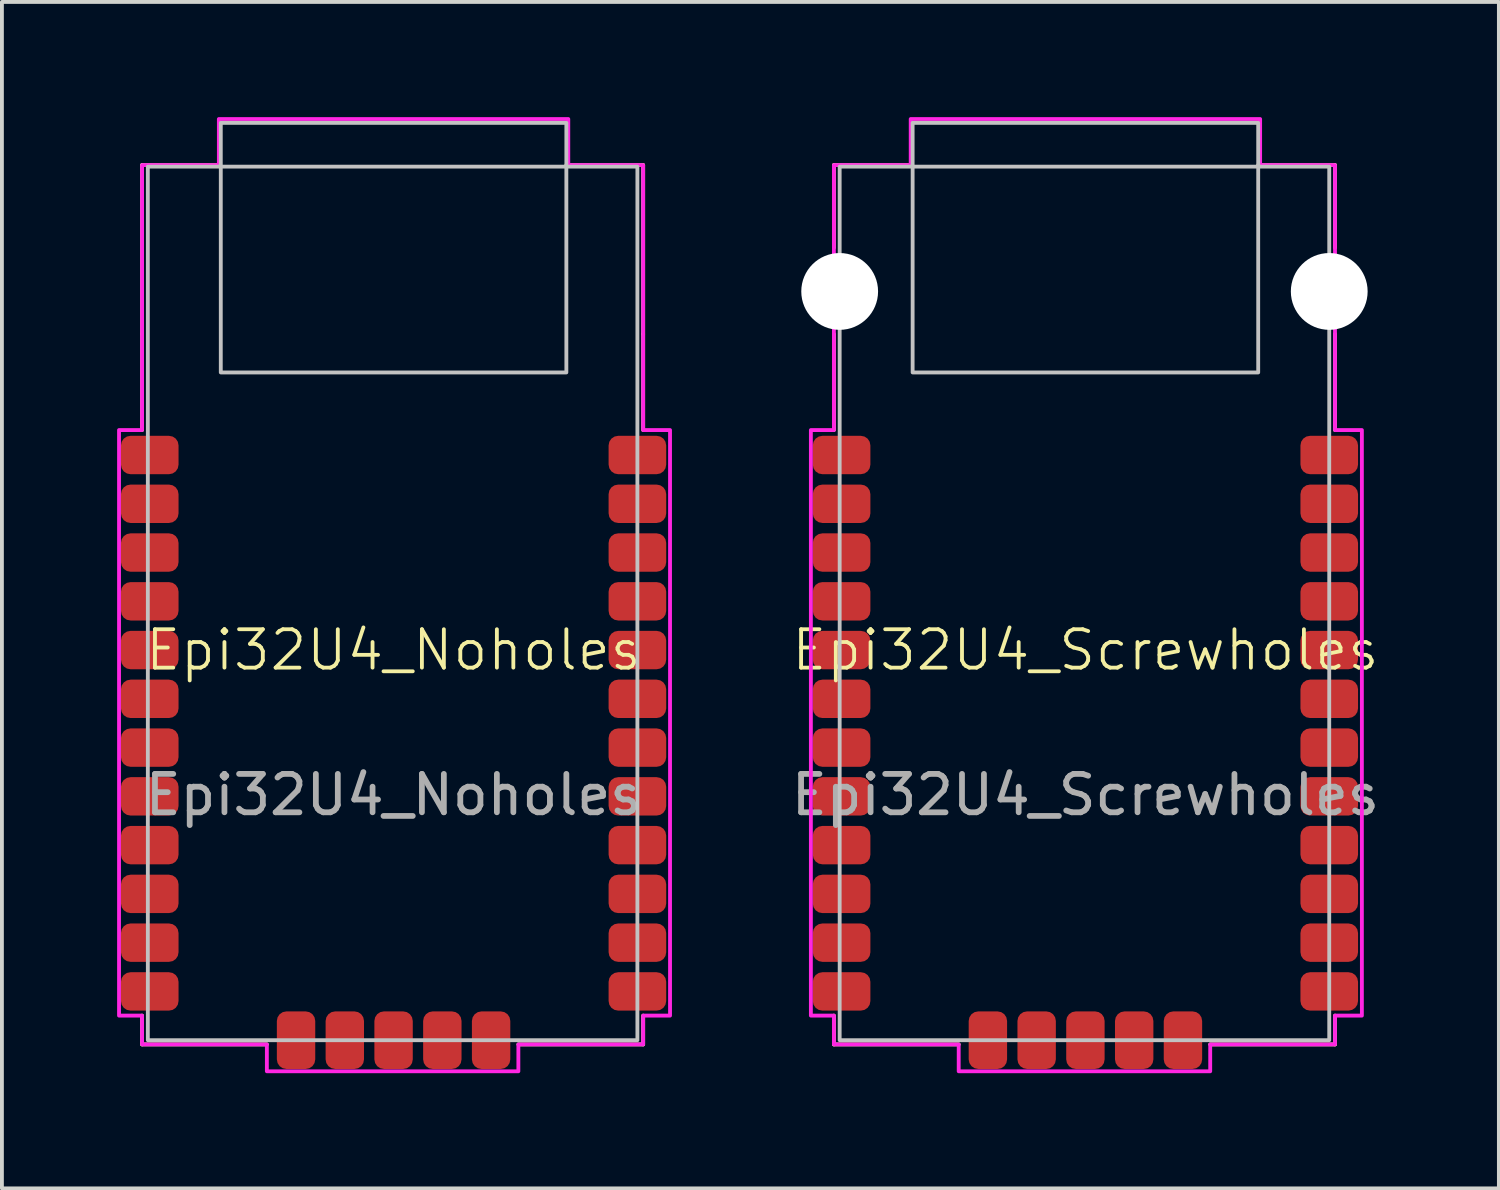
<source format=kicad_pcb>
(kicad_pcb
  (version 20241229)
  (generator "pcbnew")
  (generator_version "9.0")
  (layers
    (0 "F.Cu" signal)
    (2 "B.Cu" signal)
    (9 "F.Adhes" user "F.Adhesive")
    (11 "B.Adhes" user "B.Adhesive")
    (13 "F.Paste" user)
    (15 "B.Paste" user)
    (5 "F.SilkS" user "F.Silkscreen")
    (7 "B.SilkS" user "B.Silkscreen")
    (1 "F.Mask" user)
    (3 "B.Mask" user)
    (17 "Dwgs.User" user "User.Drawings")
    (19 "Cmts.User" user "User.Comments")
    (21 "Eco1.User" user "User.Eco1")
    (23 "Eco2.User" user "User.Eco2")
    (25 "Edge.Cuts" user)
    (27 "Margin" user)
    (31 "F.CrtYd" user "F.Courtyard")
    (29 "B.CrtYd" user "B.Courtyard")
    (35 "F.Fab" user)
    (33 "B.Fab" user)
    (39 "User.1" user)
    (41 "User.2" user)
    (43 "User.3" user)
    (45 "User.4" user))
  (footprint "Epi32U4_Screwholes"
    (layer "F.Cu")
    (at 25.218 13.88)
    (property "Reference" "Epi32U4_Screwholes" (at 0 0 0) (unlocked yes) (layer "F.SilkS") (effects (font (size 1 1) (thickness 0.1))))
    (attr smd)
    (fp_line (start -6.55 -12.63) (end -6.55 -10.48) (stroke (width 0.1) (type default)) (layer "F.SilkS"))
    (fp_line (start -6.55 -12.63) (end -4.55 -12.63) (stroke (width 0.1) (type default)) (layer "F.SilkS"))
    (fp_line (start -6.55 -8.23) (end -6.55 -5.73) (stroke (width 0.1) (type default)) (layer "F.SilkS"))
    (fp_line (start -6.55 9.52) (end -6.55 10.27) (stroke (width 0.1) (type default)) (layer "F.SilkS"))
    (fp_line (start -6.55 10.27) (end -3.3 10.27) (stroke (width 0.1) (type default)) (layer "F.SilkS"))
    (fp_line (start 4.5 -12.63) (end 6.5 -12.63) (stroke (width 0.1) (type default)) (layer "F.SilkS"))
    (fp_line (start 6.5 -12.63) (end 6.5 -10.48) (stroke (width 0.1) (type default)) (layer "F.SilkS"))
    (fp_line (start 6.5 -8.23) (end 6.5 -5.73) (stroke (width 0.1) (type default)) (layer "F.SilkS"))
    (fp_line (start 6.5 9.52) (end 6.5 10.27) (stroke (width 0.1) (type default)) (layer "F.SilkS"))
    (fp_line (start 6.5 10.27) (end 3.25 10.27) (stroke (width 0.1) (type default)) (layer "F.SilkS"))
    (fp_rect (start -6.4 -12.59) (end 6.35 10.16) (stroke (width 0.1) (type default)) (fill no) (layer "Dwgs.User"))
    (fp_rect (start -4.5 -13.73) (end 4.5 -7.23) (stroke (width 0.1) (type default)) (fill no) (layer "Dwgs.User"))
    (fp_poly (pts (xy -6.55 10.27) (xy -3.3 10.27) (xy -3.3 10.97) (xy 3.25 10.97) (xy 3.25 10.27) (xy 6.5 10.27) (xy 6.5 9.52) (xy 7.2 9.52) (xy 7.2 -5.73) (xy 6.5 -5.73) (xy 6.5 -12.63) (xy 4.55 -12.63) (xy 4.55 -13.83) (xy -4.55 -13.83) (xy -4.55 -12.63) (xy -6.55 -12.63) (xy -6.55 -5.73) (xy -7.15 -5.73) (xy -7.15 9.52) (xy -6.55 9.52)) (stroke (width 0.1) (type solid)) (fill no) (layer "F.CrtYd"))
    (fp_text user "${REFERENCE}" (at 0 3.77 0) (unlocked yes) (layer "F.Fab") (effects (font (size 1 1) (thickness 0.15))))
    (pad "" np_thru_hole circle (at -6.4 -9.34 180) (size 2 2) (drill 2) (layers "*.Cu" "*.Mask"))
    (pad "" np_thru_hole circle (at 6.35 -9.34 180) (size 2 2) (drill 2) (layers "*.Cu" "*.Mask"))
    (pad "1" smd roundrect (at -6.35 -5.08 180) (size 1.5 1) (layers "F.Cu" "F.Mask" "F.Paste") (roundrect_rratio 0.25))
    (pad "2" smd roundrect (at -6.35 -3.81 180) (size 1.5 1) (layers "F.Cu" "F.Mask" "F.Paste") (roundrect_rratio 0.25))
    (pad "3" smd roundrect (at -6.35 -2.54 180) (size 1.5 1) (layers "F.Cu" "F.Mask" "F.Paste") (roundrect_rratio 0.25))
    (pad "4" smd roundrect (at -6.35 -1.27 180) (size 1.5 1) (layers "F.Cu" "F.Mask" "F.Paste") (roundrect_rratio 0.25))
    (pad "5" smd roundrect (at -6.35 0 180) (size 1.5 1) (layers "F.Cu" "F.Mask" "F.Paste") (roundrect_rratio 0.25))
    (pad "6" smd roundrect (at -6.35 1.27 180) (size 1.5 1) (layers "F.Cu" "F.Mask" "F.Paste") (roundrect_rratio 0.25))
    (pad "7" smd roundrect (at -6.35 2.54 180) (size 1.5 1) (layers "F.Cu" "F.Mask" "F.Paste") (roundrect_rratio 0.25))
    (pad "8" smd roundrect (at -6.35 3.81 180) (size 1.5 1) (layers "F.Cu" "F.Mask" "F.Paste") (roundrect_rratio 0.25))
    (pad "9" smd roundrect (at -6.35 5.08 180) (size 1.5 1) (layers "F.Cu" "F.Mask" "F.Paste") (roundrect_rratio 0.25))
    (pad "10" smd roundrect (at -6.35 6.35 180) (size 1.5 1) (layers "F.Cu" "F.Mask" "F.Paste") (roundrect_rratio 0.25))
    (pad "11" smd roundrect (at -6.35 7.62 180) (size 1.5 1) (layers "F.Cu" "F.Mask" "F.Paste") (roundrect_rratio 0.25))
    (pad "12" smd roundrect (at -6.35 8.89 180) (size 1.5 1) (layers "F.Cu" "F.Mask" "F.Paste") (roundrect_rratio 0.25))
    (pad "13" smd roundrect (at -2.54 10.16 270) (size 1.5 1) (layers "F.Cu" "F.Mask" "F.Paste") (roundrect_rratio 0.25))
    (pad "14" smd roundrect (at -1.27 10.16 270) (size 1.5 1) (layers "F.Cu" "F.Mask" "F.Paste") (roundrect_rratio 0.25))
    (pad "15" smd roundrect (at 0 10.16 270) (size 1.5 1) (layers "F.Cu" "F.Mask" "F.Paste") (roundrect_rratio 0.25))
    (pad "16" smd roundrect (at 1.27 10.16 270) (size 1.5 1) (layers "F.Cu" "F.Mask" "F.Paste") (roundrect_rratio 0.25))
    (pad "17" smd roundrect (at 2.54 10.16 270) (size 1.5 1) (layers "F.Cu" "F.Mask" "F.Paste") (roundrect_rratio 0.25))
    (pad "18" smd roundrect (at 6.35 8.89 180) (size 1.5 1) (layers "F.Cu" "F.Mask" "F.Paste") (roundrect_rratio 0.25))
    (pad "19" smd roundrect (at 6.35 7.62 180) (size 1.5 1) (layers "F.Cu" "F.Mask" "F.Paste") (roundrect_rratio 0.25))
    (pad "20" smd roundrect (at 6.35 6.35 180) (size 1.5 1) (layers "F.Cu" "F.Mask" "F.Paste") (roundrect_rratio 0.25))
    (pad "21" smd roundrect (at 6.35 5.08 180) (size 1.5 1) (layers "F.Cu" "F.Mask" "F.Paste") (roundrect_rratio 0.25))
    (pad "22" smd roundrect (at 6.35 3.81 180) (size 1.5 1) (layers "F.Cu" "F.Mask" "F.Paste") (roundrect_rratio 0.25))
    (pad "23" smd roundrect (at 6.35 2.54 180) (size 1.5 1) (layers "F.Cu" "F.Mask" "F.Paste") (roundrect_rratio 0.25))
    (pad "24" smd roundrect (at 6.35 1.27 180) (size 1.5 1) (layers "F.Cu" "F.Mask" "F.Paste") (roundrect_rratio 0.25))
    (pad "25" smd roundrect (at 6.35 0 180) (size 1.5 1) (layers "F.Cu" "F.Mask" "F.Paste") (roundrect_rratio 0.25))
    (pad "26" smd roundrect (at 6.35 -1.27 180) (size 1.5 1) (layers "F.Cu" "F.Mask" "F.Paste") (roundrect_rratio 0.25))
    (pad "27" smd roundrect (at 6.35 -2.54 180) (size 1.5 1) (layers "F.Cu" "F.Mask" "F.Paste") (roundrect_rratio 0.25))
    (pad "28" smd roundrect (at 6.35 -3.81 180) (size 1.5 1) (layers "F.Cu" "F.Mask" "F.Paste") (roundrect_rratio 0.25))
    (pad "29" smd roundrect (at 6.35 -5.08 180) (size 1.5 1) (layers "F.Cu" "F.Mask" "F.Paste") (roundrect_rratio 0.25)))
  (footprint "Epi32U4_Noholes"
    (layer "F.Cu")
    (at 7.2 13.88)
    (property "Reference" "Epi32U4_Noholes" (at 0 0 0) (unlocked yes) (layer "F.SilkS") (effects (font (size 1 1) (thickness 0.1))))
    (attr smd)
    (fp_line (start -6.55 -12.63) (end -6.55 -8.23) (stroke (width 0.1) (type default)) (layer "F.SilkS"))
    (fp_line (start -6.55 -12.63) (end -4.55 -12.63) (stroke (width 0.1) (type default)) (layer "F.SilkS"))
    (fp_line (start -6.55 -8.23) (end -6.55 -5.73) (stroke (width 0.1) (type default)) (layer "F.SilkS"))
    (fp_line (start -6.55 9.52) (end -6.55 10.27) (stroke (width 0.1) (type default)) (layer "F.SilkS"))
    (fp_line (start -6.55 10.27) (end -3.3 10.27) (stroke (width 0.1) (type default)) (layer "F.SilkS"))
    (fp_line (start 4.5 -12.63) (end 6.5 -12.63) (stroke (width 0.1) (type default)) (layer "F.SilkS"))
    (fp_line (start 6.5 -12.63) (end 6.5 -8.23) (stroke (width 0.1) (type default)) (layer "F.SilkS"))
    (fp_line (start 6.5 -8.23) (end 6.5 -5.73) (stroke (width 0.1) (type default)) (layer "F.SilkS"))
    (fp_line (start 6.5 9.52) (end 6.5 10.27) (stroke (width 0.1) (type default)) (layer "F.SilkS"))
    (fp_line (start 6.5 10.27) (end 3.25 10.27) (stroke (width 0.1) (type default)) (layer "F.SilkS"))
    (fp_rect (start -6.4 -12.59) (end 6.35 10.16) (stroke (width 0.1) (type default)) (fill no) (layer "Dwgs.User"))
    (fp_rect (start -4.5 -13.73) (end 4.5 -7.23) (stroke (width 0.1) (type default)) (fill no) (layer "Dwgs.User"))
    (fp_poly (pts (xy -6.55 10.27) (xy -3.3 10.27) (xy -3.3 10.97) (xy 3.25 10.97) (xy 3.25 10.27) (xy 6.5 10.27) (xy 6.5 9.52) (xy 7.2 9.52) (xy 7.2 -5.73) (xy 6.5 -5.73) (xy 6.5 -12.63) (xy 4.55 -12.63) (xy 4.55 -13.83) (xy -4.55 -13.83) (xy -4.55 -12.63) (xy -6.55 -12.63) (xy -6.55 -5.73) (xy -7.15 -5.73) (xy -7.15 9.52) (xy -6.55 9.52)) (stroke (width 0.1) (type solid)) (fill no) (layer "F.CrtYd"))
    (fp_text user "${REFERENCE}" (at 0 3.77 0) (unlocked yes) (layer "F.Fab") (effects (font (size 1 1) (thickness 0.15))))
    (pad "1" smd roundrect (at -6.35 -5.08 180) (size 1.5 1) (layers "F.Cu" "F.Mask" "F.Paste") (roundrect_rratio 0.25))
    (pad "2" smd roundrect (at -6.35 -3.81 180) (size 1.5 1) (layers "F.Cu" "F.Mask" "F.Paste") (roundrect_rratio 0.25))
    (pad "3" smd roundrect (at -6.35 -2.54 180) (size 1.5 1) (layers "F.Cu" "F.Mask" "F.Paste") (roundrect_rratio 0.25))
    (pad "4" smd roundrect (at -6.35 -1.27 180) (size 1.5 1) (layers "F.Cu" "F.Mask" "F.Paste") (roundrect_rratio 0.25))
    (pad "5" smd roundrect (at -6.35 0 180) (size 1.5 1) (layers "F.Cu" "F.Mask" "F.Paste") (roundrect_rratio 0.25))
    (pad "6" smd roundrect (at -6.35 1.27 180) (size 1.5 1) (layers "F.Cu" "F.Mask" "F.Paste") (roundrect_rratio 0.25))
    (pad "7" smd roundrect (at -6.35 2.54 180) (size 1.5 1) (layers "F.Cu" "F.Mask" "F.Paste") (roundrect_rratio 0.25))
    (pad "8" smd roundrect (at -6.35 3.81 180) (size 1.5 1) (layers "F.Cu" "F.Mask" "F.Paste") (roundrect_rratio 0.25))
    (pad "9" smd roundrect (at -6.35 5.08 180) (size 1.5 1) (layers "F.Cu" "F.Mask" "F.Paste") (roundrect_rratio 0.25))
    (pad "10" smd roundrect (at -6.35 6.35 180) (size 1.5 1) (layers "F.Cu" "F.Mask" "F.Paste") (roundrect_rratio 0.25))
    (pad "11" smd roundrect (at -6.35 7.62 180) (size 1.5 1) (layers "F.Cu" "F.Mask" "F.Paste") (roundrect_rratio 0.25))
    (pad "12" smd roundrect (at -6.35 8.89 180) (size 1.5 1) (layers "F.Cu" "F.Mask" "F.Paste") (roundrect_rratio 0.25))
    (pad "13" smd roundrect (at -2.54 10.16 270) (size 1.5 1) (layers "F.Cu" "F.Mask" "F.Paste") (roundrect_rratio 0.25))
    (pad "14" smd roundrect (at -1.27 10.16 270) (size 1.5 1) (layers "F.Cu" "F.Mask" "F.Paste") (roundrect_rratio 0.25))
    (pad "15" smd roundrect (at 0 10.16 270) (size 1.5 1) (layers "F.Cu" "F.Mask" "F.Paste") (roundrect_rratio 0.25))
    (pad "16" smd roundrect (at 1.27 10.16 270) (size 1.5 1) (layers "F.Cu" "F.Mask" "F.Paste") (roundrect_rratio 0.25))
    (pad "17" smd roundrect (at 2.54 10.16 270) (size 1.5 1) (layers "F.Cu" "F.Mask" "F.Paste") (roundrect_rratio 0.25))
    (pad "18" smd roundrect (at 6.35 8.89 180) (size 1.5 1) (layers "F.Cu" "F.Mask" "F.Paste") (roundrect_rratio 0.25))
    (pad "19" smd roundrect (at 6.35 7.62 180) (size 1.5 1) (layers "F.Cu" "F.Mask" "F.Paste") (roundrect_rratio 0.25))
    (pad "20" smd roundrect (at 6.35 6.35 180) (size 1.5 1) (layers "F.Cu" "F.Mask" "F.Paste") (roundrect_rratio 0.25))
    (pad "21" smd roundrect (at 6.35 5.08 180) (size 1.5 1) (layers "F.Cu" "F.Mask" "F.Paste") (roundrect_rratio 0.25))
    (pad "22" smd roundrect (at 6.35 3.81 180) (size 1.5 1) (layers "F.Cu" "F.Mask" "F.Paste") (roundrect_rratio 0.25))
    (pad "23" smd roundrect (at 6.35 2.54 180) (size 1.5 1) (layers "F.Cu" "F.Mask" "F.Paste") (roundrect_rratio 0.25))
    (pad "24" smd roundrect (at 6.35 1.27 180) (size 1.5 1) (layers "F.Cu" "F.Mask" "F.Paste") (roundrect_rratio 0.25))
    (pad "25" smd roundrect (at 6.35 0 180) (size 1.5 1) (layers "F.Cu" "F.Mask" "F.Paste") (roundrect_rratio 0.25))
    (pad "26" smd roundrect (at 6.35 -1.27 180) (size 1.5 1) (layers "F.Cu" "F.Mask" "F.Paste") (roundrect_rratio 0.25))
    (pad "27" smd roundrect (at 6.35 -2.54 180) (size 1.5 1) (layers "F.Cu" "F.Mask" "F.Paste") (roundrect_rratio 0.25))
    (pad "28" smd roundrect (at 6.35 -3.81 180) (size 1.5 1) (layers "F.Cu" "F.Mask" "F.Paste") (roundrect_rratio 0.25))
    (pad "29" smd roundrect (at 6.35 -5.08 180) (size 1.5 1) (layers "F.Cu" "F.Mask" "F.Paste") (roundrect_rratio 0.25)))
  (gr_rect
    (start -3 -3)
    (end 35.986 27.9)
    (stroke (width 0.1) (type default))
    (fill no)
    (layer "Edge.Cuts")))
</source>
